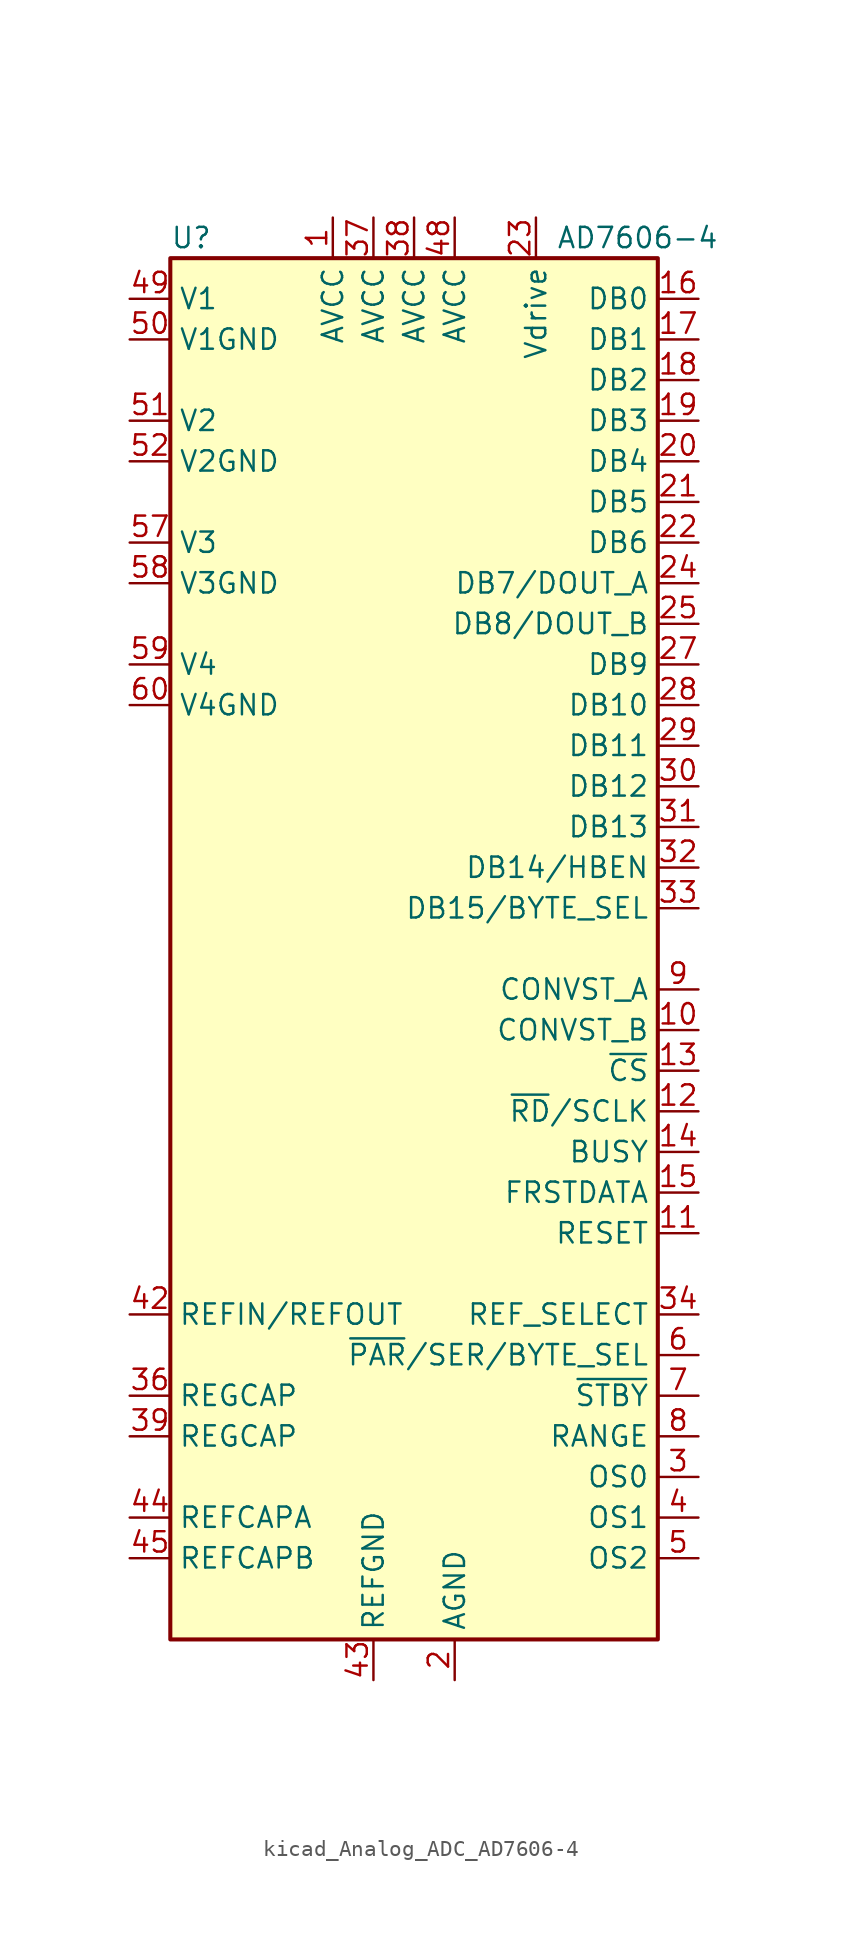
<source format=kicad_sym>
(kicad_symbol_lib
  (version 20220914)
  (generator kicad_symbol_editor)
  (symbol "kicad_Analog_ADC_AD7606-4"
    (property "Reference" "U"
      (at -15.24 44.45 0)
      (effects (font (size 1.27 1.27)) (justify left)))
    (property "Value" "AD7606-4"
      (at 8.89 44.45 0)
      (effects (font (size 1.27 1.27)) (justify left)))
    (symbol "kicad_Analog_ADC_AD7606-4_1_1"
      (rectangle (start -15.24 43.18) (end 15.24 -43.18) (stroke (width 0.254) (type default)) (fill (type background)))
      (pin power_in line (at -5.08 45.72 270) (length 2.54) (name "AVCC" (effects (font (size 1.27 1.27)))) (number "1" (effects (font (size 1.27 1.27)))))
      (pin input line (at 17.78 -5.08 180) (length 2.54) (name "CONVST_B" (effects (font (size 1.27 1.27)))) (number "10" (effects (font (size 1.27 1.27)))))
      (pin input line (at 17.78 -17.78 180) (length 2.54) (name "RESET" (effects (font (size 1.27 1.27)))) (number "11" (effects (font (size 1.27 1.27)))))
      (pin input line (at 17.78 -10.16 180) (length 2.54) (name "~{RD}/SCLK" (effects (font (size 1.27 1.27)))) (number "12" (effects (font (size 1.27 1.27)))))
      (pin input line (at 17.78 -7.62 180) (length 2.54) (name "~{CS}" (effects (font (size 1.27 1.27)))) (number "13" (effects (font (size 1.27 1.27)))))
      (pin output line (at 17.78 -12.7 180) (length 2.54) (name "BUSY" (effects (font (size 1.27 1.27)))) (number "14" (effects (font (size 1.27 1.27)))))
      (pin output line (at 17.78 -15.24 180) (length 2.54) (name "FRSTDATA" (effects (font (size 1.27 1.27)))) (number "15" (effects (font (size 1.27 1.27)))))
      (pin output line (at 17.78 40.64 180) (length 2.54) (name "DB0" (effects (font (size 1.27 1.27)))) (number "16" (effects (font (size 1.27 1.27)))))
      (pin output line (at 17.78 38.1 180) (length 2.54) (name "DB1" (effects (font (size 1.27 1.27)))) (number "17" (effects (font (size 1.27 1.27)))))
      (pin output line (at 17.78 35.56 180) (length 2.54) (name "DB2" (effects (font (size 1.27 1.27)))) (number "18" (effects (font (size 1.27 1.27)))))
      (pin output line (at 17.78 33.02 180) (length 2.54) (name "DB3" (effects (font (size 1.27 1.27)))) (number "19" (effects (font (size 1.27 1.27)))))
      (pin power_in line (at 2.54 -45.72 90) (length 2.54) (name "AGND" (effects (font (size 1.27 1.27)))) (number "2" (effects (font (size 1.27 1.27)))))
      (pin output line (at 17.78 30.48 180) (length 2.54) (name "DB4" (effects (font (size 1.27 1.27)))) (number "20" (effects (font (size 1.27 1.27)))))
      (pin output line (at 17.78 27.94 180) (length 2.54) (name "DB5" (effects (font (size 1.27 1.27)))) (number "21" (effects (font (size 1.27 1.27)))))
      (pin output line (at 17.78 25.4 180) (length 2.54) (name "DB6" (effects (font (size 1.27 1.27)))) (number "22" (effects (font (size 1.27 1.27)))))
      (pin power_in line (at 7.62 45.72 270) (length 2.54) (name "Vdrive" (effects (font (size 1.27 1.27)))) (number "23" (effects (font (size 1.27 1.27)))))
      (pin output line (at 17.78 22.86 180) (length 2.54) (name "DB7/DOUT_A" (effects (font (size 1.27 1.27)))) (number "24" (effects (font (size 1.27 1.27)))))
      (pin output line (at 17.78 20.32 180) (length 2.54) (name "DB8/DOUT_B" (effects (font (size 1.27 1.27)))) (number "25" (effects (font (size 1.27 1.27)))))
      (pin passive line (at 2.54 -45.72 90) (length 2.54) hide (name "AGND" (effects (font (size 1.27 1.27)))) (number "26" (effects (font (size 1.27 1.27)))))
      (pin output line (at 17.78 17.78 180) (length 2.54) (name "DB9" (effects (font (size 1.27 1.27)))) (number "27" (effects (font (size 1.27 1.27)))))
      (pin output line (at 17.78 15.24 180) (length 2.54) (name "DB10" (effects (font (size 1.27 1.27)))) (number "28" (effects (font (size 1.27 1.27)))))
      (pin output line (at 17.78 12.7 180) (length 2.54) (name "DB11" (effects (font (size 1.27 1.27)))) (number "29" (effects (font (size 1.27 1.27)))))
      (pin input line (at 17.78 -33.02 180) (length 2.54) (name "OS0" (effects (font (size 1.27 1.27)))) (number "3" (effects (font (size 1.27 1.27)))))
      (pin output line (at 17.78 10.16 180) (length 2.54) (name "DB12" (effects (font (size 1.27 1.27)))) (number "30" (effects (font (size 1.27 1.27)))))
      (pin output line (at 17.78 7.62 180) (length 2.54) (name "DB13" (effects (font (size 1.27 1.27)))) (number "31" (effects (font (size 1.27 1.27)))))
      (pin bidirectional line (at 17.78 5.08 180) (length 2.54) (name "DB14/HBEN" (effects (font (size 1.27 1.27)))) (number "32" (effects (font (size 1.27 1.27)))))
      (pin bidirectional line (at 17.78 2.54 180) (length 2.54) (name "DB15/BYTE_SEL" (effects (font (size 1.27 1.27)))) (number "33" (effects (font (size 1.27 1.27)))))
      (pin input line (at 17.78 -22.86 180) (length 2.54) (name "REF_SELECT" (effects (font (size 1.27 1.27)))) (number "34" (effects (font (size 1.27 1.27)))))
      (pin passive line (at 2.54 -45.72 90) (length 2.54) hide (name "AGND" (effects (font (size 1.27 1.27)))) (number "35" (effects (font (size 1.27 1.27)))))
      (pin passive line (at -17.78 -27.94 0) (length 2.54) (name "REGCAP" (effects (font (size 1.27 1.27)))) (number "36" (effects (font (size 1.27 1.27)))))
      (pin power_in line (at -2.54 45.72 270) (length 2.54) (name "AVCC" (effects (font (size 1.27 1.27)))) (number "37" (effects (font (size 1.27 1.27)))))
      (pin power_in line (at 0 45.72 270) (length 2.54) (name "AVCC" (effects (font (size 1.27 1.27)))) (number "38" (effects (font (size 1.27 1.27)))))
      (pin passive line (at -17.78 -30.48 0) (length 2.54) (name "REGCAP" (effects (font (size 1.27 1.27)))) (number "39" (effects (font (size 1.27 1.27)))))
      (pin input line (at 17.78 -35.56 180) (length 2.54) (name "OS1" (effects (font (size 1.27 1.27)))) (number "4" (effects (font (size 1.27 1.27)))))
      (pin passive line (at 2.54 -45.72 90) (length 2.54) hide (name "AGND" (effects (font (size 1.27 1.27)))) (number "40" (effects (font (size 1.27 1.27)))))
      (pin passive line (at 2.54 -45.72 90) (length 2.54) hide (name "AGND" (effects (font (size 1.27 1.27)))) (number "41" (effects (font (size 1.27 1.27)))))
      (pin passive line (at -17.78 -22.86 0) (length 2.54) (name "REFIN/REFOUT" (effects (font (size 1.27 1.27)))) (number "42" (effects (font (size 1.27 1.27)))))
      (pin power_in line (at -2.54 -45.72 90) (length 2.54) (name "REFGND" (effects (font (size 1.27 1.27)))) (number "43" (effects (font (size 1.27 1.27)))))
      (pin passive line (at -17.78 -35.56 0) (length 2.54) (name "REFCAPA" (effects (font (size 1.27 1.27)))) (number "44" (effects (font (size 1.27 1.27)))))
      (pin passive line (at -17.78 -38.1 0) (length 2.54) (name "REFCAPB" (effects (font (size 1.27 1.27)))) (number "45" (effects (font (size 1.27 1.27)))))
      (pin passive line (at -2.54 -45.72 90) (length 2.54) hide (name "REFGND" (effects (font (size 1.27 1.27)))) (number "46" (effects (font (size 1.27 1.27)))))
      (pin passive line (at 2.54 -45.72 90) (length 2.54) hide (name "AGND" (effects (font (size 1.27 1.27)))) (number "47" (effects (font (size 1.27 1.27)))))
      (pin power_in line (at 2.54 45.72 270) (length 2.54) (name "AVCC" (effects (font (size 1.27 1.27)))) (number "48" (effects (font (size 1.27 1.27)))))
      (pin input line (at -17.78 40.64 0) (length 2.54) (name "V1" (effects (font (size 1.27 1.27)))) (number "49" (effects (font (size 1.27 1.27)))))
      (pin input line (at 17.78 -38.1 180) (length 2.54) (name "OS2" (effects (font (size 1.27 1.27)))) (number "5" (effects (font (size 1.27 1.27)))))
      (pin input line (at -17.78 38.1 0) (length 2.54) (name "V1GND" (effects (font (size 1.27 1.27)))) (number "50" (effects (font (size 1.27 1.27)))))
      (pin input line (at -17.78 33.02 0) (length 2.54) (name "V2" (effects (font (size 1.27 1.27)))) (number "51" (effects (font (size 1.27 1.27)))))
      (pin input line (at -17.78 30.48 0) (length 2.54) (name "V2GND" (effects (font (size 1.27 1.27)))) (number "52" (effects (font (size 1.27 1.27)))))
      (pin passive line (at 2.54 -45.72 90) (length 2.54) hide (name "AGND" (effects (font (size 1.27 1.27)))) (number "53" (effects (font (size 1.27 1.27)))))
      (pin passive line (at 2.54 -45.72 90) (length 2.54) hide (name "AGND" (effects (font (size 1.27 1.27)))) (number "54" (effects (font (size 1.27 1.27)))))
      (pin passive line (at 2.54 -45.72 90) (length 2.54) hide (name "AGND" (effects (font (size 1.27 1.27)))) (number "55" (effects (font (size 1.27 1.27)))))
      (pin passive line (at 2.54 -45.72 90) (length 2.54) hide (name "AGND" (effects (font (size 1.27 1.27)))) (number "56" (effects (font (size 1.27 1.27)))))
      (pin input line (at -17.78 25.4 0) (length 2.54) (name "V3" (effects (font (size 1.27 1.27)))) (number "57" (effects (font (size 1.27 1.27)))))
      (pin input line (at -17.78 22.86 0) (length 2.54) (name "V3GND" (effects (font (size 1.27 1.27)))) (number "58" (effects (font (size 1.27 1.27)))))
      (pin input line (at -17.78 17.78 0) (length 2.54) (name "V4" (effects (font (size 1.27 1.27)))) (number "59" (effects (font (size 1.27 1.27)))))
      (pin input line (at 17.78 -25.4 180) (length 2.54) (name "~{PAR}/SER/BYTE_SEL" (effects (font (size 1.27 1.27)))) (number "6" (effects (font (size 1.27 1.27)))))
      (pin input line (at -17.78 15.24 0) (length 2.54) (name "V4GND" (effects (font (size 1.27 1.27)))) (number "60" (effects (font (size 1.27 1.27)))))
      (pin passive line (at 2.54 -45.72 90) (length 2.54) hide (name "AGND" (effects (font (size 1.27 1.27)))) (number "61" (effects (font (size 1.27 1.27)))))
      (pin passive line (at 2.54 -45.72 90) (length 2.54) hide (name "AGND" (effects (font (size 1.27 1.27)))) (number "62" (effects (font (size 1.27 1.27)))))
      (pin passive line (at 2.54 -45.72 90) (length 2.54) hide (name "AGND" (effects (font (size 1.27 1.27)))) (number "63" (effects (font (size 1.27 1.27)))))
      (pin passive line (at 2.54 -45.72 90) (length 2.54) hide (name "AGND" (effects (font (size 1.27 1.27)))) (number "64" (effects (font (size 1.27 1.27)))))
      (pin input line (at 17.78 -27.94 180) (length 2.54) (name "~{STBY}" (effects (font (size 1.27 1.27)))) (number "7" (effects (font (size 1.27 1.27)))))
      (pin input line (at 17.78 -30.48 180) (length 2.54) (name "RANGE" (effects (font (size 1.27 1.27)))) (number "8" (effects (font (size 1.27 1.27)))))
      (pin input line (at 17.78 -2.54 180) (length 2.54) (name "CONVST_A" (effects (font (size 1.27 1.27)))) (number "9" (effects (font (size 1.27 1.27))))))))
</source>
